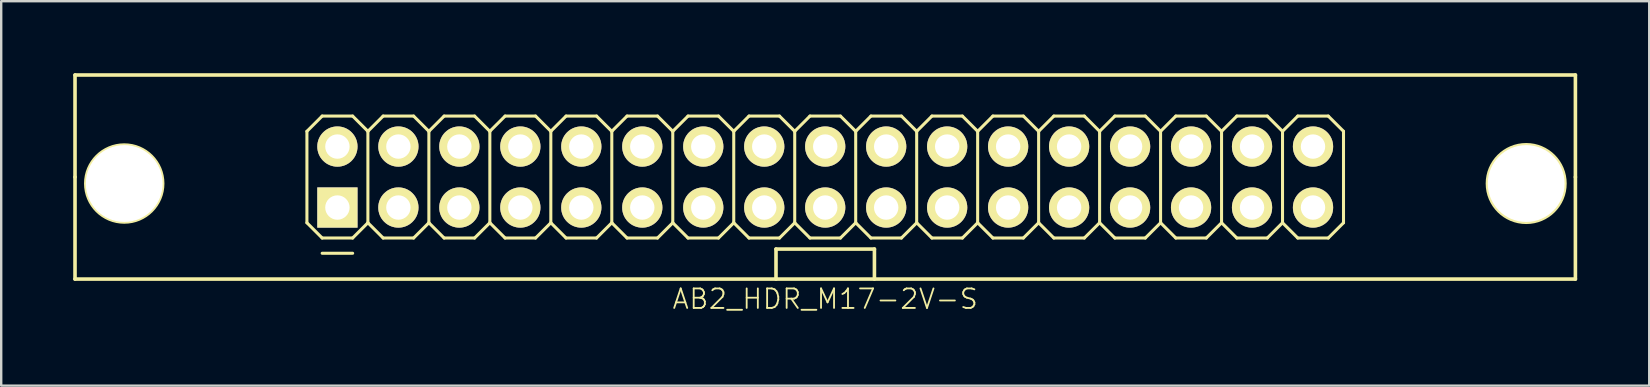
<source format=kicad_pcb>
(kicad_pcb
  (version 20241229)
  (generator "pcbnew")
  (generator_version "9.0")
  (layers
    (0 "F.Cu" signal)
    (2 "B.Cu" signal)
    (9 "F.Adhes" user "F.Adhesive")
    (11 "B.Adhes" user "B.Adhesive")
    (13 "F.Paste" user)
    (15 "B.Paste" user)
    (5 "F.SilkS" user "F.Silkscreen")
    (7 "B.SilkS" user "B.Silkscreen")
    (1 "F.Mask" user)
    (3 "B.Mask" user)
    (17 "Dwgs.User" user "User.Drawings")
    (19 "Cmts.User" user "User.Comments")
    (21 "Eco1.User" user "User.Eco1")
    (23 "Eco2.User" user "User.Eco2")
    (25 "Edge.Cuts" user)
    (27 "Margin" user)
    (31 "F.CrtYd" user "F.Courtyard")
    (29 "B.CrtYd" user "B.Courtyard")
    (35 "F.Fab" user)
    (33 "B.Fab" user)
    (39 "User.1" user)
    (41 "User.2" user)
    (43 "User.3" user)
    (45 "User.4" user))
  (footprint "AB2_HDR_M17-2V-S"
    (layer "F.Cu")
    (at 31.325 4.325)
    (property "Reference" "AB2_HDR_M17-2V-S" (at 0 5.08 0) (layer "F.SilkS") (effects (font (size 0.813 0.813) (thickness 0.076))))
    (attr through_hole)
    (fp_line (start -31.25 -4.25) (end -31.25 0) (stroke (width 0.15) (type solid)) (layer "F.SilkS"))
    (fp_line (start -31.25 0) (end -31.25 4.25) (stroke (width 0.15) (type solid)) (layer "F.SilkS"))
    (fp_line (start -31.25 4.25) (end 31.25 4.25) (stroke (width 0.15) (type solid)) (layer "F.SilkS"))
    (fp_line (start -21.59 -1.905) (end -20.955 -2.54) (stroke (width 0.127) (type solid)) (layer "F.SilkS"))
    (fp_line (start -21.59 1.905) (end -21.59 -1.905) (stroke (width 0.127) (type solid)) (layer "F.SilkS"))
    (fp_line (start -20.955 -2.54) (end -19.685 -2.54) (stroke (width 0.127) (type solid)) (layer "F.SilkS"))
    (fp_line (start -20.955 2.54) (end -21.59 1.905) (stroke (width 0.127) (type solid)) (layer "F.SilkS"))
    (fp_line (start -20.955 3.175) (end -19.685 3.175) (stroke (width 0.127) (type solid)) (layer "F.SilkS"))
    (fp_line (start -19.685 -2.54) (end -19.05 -1.905) (stroke (width 0.127) (type solid)) (layer "F.SilkS"))
    (fp_line (start -19.685 2.54) (end -20.955 2.54) (stroke (width 0.127) (type solid)) (layer "F.SilkS"))
    (fp_line (start -19.05 -1.905) (end -19.05 1.905) (stroke (width 0.127) (type solid)) (layer "F.SilkS"))
    (fp_line (start -19.05 -1.905) (end -18.415 -2.54) (stroke (width 0.127) (type solid)) (layer "F.SilkS"))
    (fp_line (start -19.05 1.905) (end -19.685 2.54) (stroke (width 0.127) (type solid)) (layer "F.SilkS"))
    (fp_line (start -18.415 -2.54) (end -17.145 -2.54) (stroke (width 0.127) (type solid)) (layer "F.SilkS"))
    (fp_line (start -18.415 2.54) (end -19.05 1.905) (stroke (width 0.127) (type solid)) (layer "F.SilkS"))
    (fp_line (start -17.145 -2.54) (end -16.51 -1.905) (stroke (width 0.127) (type solid)) (layer "F.SilkS"))
    (fp_line (start -17.145 2.54) (end -18.415 2.54) (stroke (width 0.127) (type solid)) (layer "F.SilkS"))
    (fp_line (start -16.51 -1.905) (end -16.51 1.905) (stroke (width 0.127) (type solid)) (layer "F.SilkS"))
    (fp_line (start -16.51 -1.905) (end -15.875 -2.54) (stroke (width 0.127) (type solid)) (layer "F.SilkS"))
    (fp_line (start -16.51 1.905) (end -17.145 2.54) (stroke (width 0.127) (type solid)) (layer "F.SilkS"))
    (fp_line (start -15.875 -2.54) (end -14.605 -2.54) (stroke (width 0.127) (type solid)) (layer "F.SilkS"))
    (fp_line (start -15.875 2.54) (end -16.51 1.905) (stroke (width 0.127) (type solid)) (layer "F.SilkS"))
    (fp_line (start -14.605 -2.54) (end -13.97 -1.905) (stroke (width 0.127) (type solid)) (layer "F.SilkS"))
    (fp_line (start -14.605 2.54) (end -15.875 2.54) (stroke (width 0.127) (type solid)) (layer "F.SilkS"))
    (fp_line (start -13.97 -1.905) (end -13.97 1.905) (stroke (width 0.127) (type solid)) (layer "F.SilkS"))
    (fp_line (start -13.97 -1.905) (end -13.335 -2.54) (stroke (width 0.127) (type solid)) (layer "F.SilkS"))
    (fp_line (start -13.97 1.905) (end -14.605 2.54) (stroke (width 0.127) (type solid)) (layer "F.SilkS"))
    (fp_line (start -13.335 -2.54) (end -12.065 -2.54) (stroke (width 0.127) (type solid)) (layer "F.SilkS"))
    (fp_line (start -13.335 2.54) (end -13.97 1.905) (stroke (width 0.127) (type solid)) (layer "F.SilkS"))
    (fp_line (start -12.065 -2.54) (end -11.43 -1.905) (stroke (width 0.127) (type solid)) (layer "F.SilkS"))
    (fp_line (start -12.065 2.54) (end -13.335 2.54) (stroke (width 0.127) (type solid)) (layer "F.SilkS"))
    (fp_line (start -11.43 -1.905) (end -11.43 1.905) (stroke (width 0.127) (type solid)) (layer "F.SilkS"))
    (fp_line (start -11.43 -1.905) (end -10.795 -2.54) (stroke (width 0.127) (type solid)) (layer "F.SilkS"))
    (fp_line (start -11.43 1.905) (end -12.065 2.54) (stroke (width 0.127) (type solid)) (layer "F.SilkS"))
    (fp_line (start -10.795 -2.54) (end -9.525 -2.54) (stroke (width 0.127) (type solid)) (layer "F.SilkS"))
    (fp_line (start -10.795 2.54) (end -11.43 1.905) (stroke (width 0.127) (type solid)) (layer "F.SilkS"))
    (fp_line (start -9.525 -2.54) (end -8.89 -1.905) (stroke (width 0.127) (type solid)) (layer "F.SilkS"))
    (fp_line (start -9.525 2.54) (end -10.795 2.54) (stroke (width 0.127) (type solid)) (layer "F.SilkS"))
    (fp_line (start -8.89 -1.905) (end -8.89 1.905) (stroke (width 0.127) (type solid)) (layer "F.SilkS"))
    (fp_line (start -8.89 -1.905) (end -8.255 -2.54) (stroke (width 0.127) (type solid)) (layer "F.SilkS"))
    (fp_line (start -8.89 1.905) (end -9.525 2.54) (stroke (width 0.127) (type solid)) (layer "F.SilkS"))
    (fp_line (start -8.255 -2.54) (end -6.985 -2.54) (stroke (width 0.127) (type solid)) (layer "F.SilkS"))
    (fp_line (start -8.255 2.54) (end -8.89 1.905) (stroke (width 0.127) (type solid)) (layer "F.SilkS"))
    (fp_line (start -6.985 -2.54) (end -6.35 -1.905) (stroke (width 0.127) (type solid)) (layer "F.SilkS"))
    (fp_line (start -6.985 2.54) (end -8.255 2.54) (stroke (width 0.127) (type solid)) (layer "F.SilkS"))
    (fp_line (start -6.35 -1.905) (end -6.35 1.905) (stroke (width 0.127) (type solid)) (layer "F.SilkS"))
    (fp_line (start -6.35 -1.905) (end -5.715 -2.54) (stroke (width 0.127) (type solid)) (layer "F.SilkS"))
    (fp_line (start -6.35 1.905) (end -6.985 2.54) (stroke (width 0.127) (type solid)) (layer "F.SilkS"))
    (fp_line (start -5.715 -2.54) (end -4.445 -2.54) (stroke (width 0.127) (type solid)) (layer "F.SilkS"))
    (fp_line (start -5.715 2.54) (end -6.35 1.905) (stroke (width 0.127) (type solid)) (layer "F.SilkS"))
    (fp_line (start -4.445 -2.54) (end -3.81 -1.905) (stroke (width 0.127) (type solid)) (layer "F.SilkS"))
    (fp_line (start -4.445 2.54) (end -5.715 2.54) (stroke (width 0.127) (type solid)) (layer "F.SilkS"))
    (fp_line (start -3.81 -1.905) (end -3.81 1.905) (stroke (width 0.127) (type solid)) (layer "F.SilkS"))
    (fp_line (start -3.81 -1.905) (end -3.175 -2.54) (stroke (width 0.127) (type solid)) (layer "F.SilkS"))
    (fp_line (start -3.81 1.905) (end -4.445 2.54) (stroke (width 0.127) (type solid)) (layer "F.SilkS"))
    (fp_line (start -3.175 -2.54) (end -1.905 -2.54) (stroke (width 0.127) (type solid)) (layer "F.SilkS"))
    (fp_line (start -3.175 2.54) (end -3.81 1.905) (stroke (width 0.127) (type solid)) (layer "F.SilkS"))
    (fp_line (start -2.05 3) (end -2.05 4.25) (stroke (width 0.15) (type solid)) (layer "F.SilkS"))
    (fp_line (start -1.905 -2.54) (end -1.27 -1.905) (stroke (width 0.127) (type solid)) (layer "F.SilkS"))
    (fp_line (start -1.905 2.54) (end -3.175 2.54) (stroke (width 0.127) (type solid)) (layer "F.SilkS"))
    (fp_line (start -1.27 -1.905) (end -1.27 1.905) (stroke (width 0.127) (type solid)) (layer "F.SilkS"))
    (fp_line (start -1.27 -1.905) (end -0.635 -2.54) (stroke (width 0.127) (type solid)) (layer "F.SilkS"))
    (fp_line (start -1.27 1.905) (end -1.905 2.54) (stroke (width 0.127) (type solid)) (layer "F.SilkS"))
    (fp_line (start -0.635 -2.54) (end 0.635 -2.54) (stroke (width 0.127) (type solid)) (layer "F.SilkS"))
    (fp_line (start -0.635 2.54) (end -1.27 1.905) (stroke (width 0.127) (type solid)) (layer "F.SilkS"))
    (fp_line (start 0.635 -2.54) (end 1.27 -1.905) (stroke (width 0.127) (type solid)) (layer "F.SilkS"))
    (fp_line (start 0.635 2.54) (end -0.635 2.54) (stroke (width 0.127) (type solid)) (layer "F.SilkS"))
    (fp_line (start 1.27 -1.905) (end 1.27 1.905) (stroke (width 0.127) (type solid)) (layer "F.SilkS"))
    (fp_line (start 1.27 -1.905) (end 1.905 -2.54) (stroke (width 0.127) (type solid)) (layer "F.SilkS"))
    (fp_line (start 1.27 1.905) (end 0.635 2.54) (stroke (width 0.127) (type solid)) (layer "F.SilkS"))
    (fp_line (start 1.905 -2.54) (end 3.175 -2.54) (stroke (width 0.127) (type solid)) (layer "F.SilkS"))
    (fp_line (start 1.905 2.54) (end 1.27 1.905) (stroke (width 0.127) (type solid)) (layer "F.SilkS"))
    (fp_line (start 2.05 3) (end -2.05 3) (stroke (width 0.15) (type solid)) (layer "F.SilkS"))
    (fp_line (start 2.05 4.25) (end 2.05 3) (stroke (width 0.15) (type solid)) (layer "F.SilkS"))
    (fp_line (start 3.175 -2.54) (end 3.81 -1.905) (stroke (width 0.127) (type solid)) (layer "F.SilkS"))
    (fp_line (start 3.175 2.54) (end 1.905 2.54) (stroke (width 0.127) (type solid)) (layer "F.SilkS"))
    (fp_line (start 3.81 -1.905) (end 3.81 1.905) (stroke (width 0.127) (type solid)) (layer "F.SilkS"))
    (fp_line (start 3.81 -1.905) (end 4.445 -2.54) (stroke (width 0.127) (type solid)) (layer "F.SilkS"))
    (fp_line (start 3.81 1.905) (end 3.175 2.54) (stroke (width 0.127) (type solid)) (layer "F.SilkS"))
    (fp_line (start 4.445 -2.54) (end 5.715 -2.54) (stroke (width 0.127) (type solid)) (layer "F.SilkS"))
    (fp_line (start 4.445 2.54) (end 3.81 1.905) (stroke (width 0.127) (type solid)) (layer "F.SilkS"))
    (fp_line (start 5.715 -2.54) (end 6.35 -1.905) (stroke (width 0.127) (type solid)) (layer "F.SilkS"))
    (fp_line (start 5.715 2.54) (end 4.445 2.54) (stroke (width 0.127) (type solid)) (layer "F.SilkS"))
    (fp_line (start 6.35 -1.905) (end 6.35 1.905) (stroke (width 0.127) (type solid)) (layer "F.SilkS"))
    (fp_line (start 6.35 -1.905) (end 6.985 -2.54) (stroke (width 0.127) (type solid)) (layer "F.SilkS"))
    (fp_line (start 6.35 1.905) (end 5.715 2.54) (stroke (width 0.127) (type solid)) (layer "F.SilkS"))
    (fp_line (start 6.985 -2.54) (end 8.255 -2.54) (stroke (width 0.127) (type solid)) (layer "F.SilkS"))
    (fp_line (start 6.985 2.54) (end 6.35 1.905) (stroke (width 0.127) (type solid)) (layer "F.SilkS"))
    (fp_line (start 8.255 -2.54) (end 8.89 -1.905) (stroke (width 0.127) (type solid)) (layer "F.SilkS"))
    (fp_line (start 8.255 2.54) (end 6.985 2.54) (stroke (width 0.127) (type solid)) (layer "F.SilkS"))
    (fp_line (start 8.89 -1.905) (end 8.89 1.905) (stroke (width 0.127) (type solid)) (layer "F.SilkS"))
    (fp_line (start 8.89 -1.905) (end 9.525 -2.54) (stroke (width 0.127) (type solid)) (layer "F.SilkS"))
    (fp_line (start 8.89 1.905) (end 8.255 2.54) (stroke (width 0.127) (type solid)) (layer "F.SilkS"))
    (fp_line (start 9.525 -2.54) (end 10.795 -2.54) (stroke (width 0.127) (type solid)) (layer "F.SilkS"))
    (fp_line (start 9.525 2.54) (end 8.89 1.905) (stroke (width 0.127) (type solid)) (layer "F.SilkS"))
    (fp_line (start 10.795 -2.54) (end 11.43 -1.905) (stroke (width 0.127) (type solid)) (layer "F.SilkS"))
    (fp_line (start 10.795 2.54) (end 9.525 2.54) (stroke (width 0.127) (type solid)) (layer "F.SilkS"))
    (fp_line (start 11.43 -1.905) (end 11.43 1.905) (stroke (width 0.127) (type solid)) (layer "F.SilkS"))
    (fp_line (start 11.43 -1.905) (end 12.065 -2.54) (stroke (width 0.127) (type solid)) (layer "F.SilkS"))
    (fp_line (start 11.43 1.905) (end 10.795 2.54) (stroke (width 0.127) (type solid)) (layer "F.SilkS"))
    (fp_line (start 12.065 -2.54) (end 13.335 -2.54) (stroke (width 0.127) (type solid)) (layer "F.SilkS"))
    (fp_line (start 12.065 2.54) (end 11.43 1.905) (stroke (width 0.127) (type solid)) (layer "F.SilkS"))
    (fp_line (start 13.335 -2.54) (end 13.97 -1.905) (stroke (width 0.127) (type solid)) (layer "F.SilkS"))
    (fp_line (start 13.335 2.54) (end 12.065 2.54) (stroke (width 0.127) (type solid)) (layer "F.SilkS"))
    (fp_line (start 13.97 -1.905) (end 13.97 1.905) (stroke (width 0.127) (type solid)) (layer "F.SilkS"))
    (fp_line (start 13.97 -1.905) (end 14.605 -2.54) (stroke (width 0.127) (type solid)) (layer "F.SilkS"))
    (fp_line (start 13.97 1.905) (end 13.335 2.54) (stroke (width 0.127) (type solid)) (layer "F.SilkS"))
    (fp_line (start 14.605 -2.54) (end 15.875 -2.54) (stroke (width 0.127) (type solid)) (layer "F.SilkS"))
    (fp_line (start 14.605 2.54) (end 13.97 1.905) (stroke (width 0.127) (type solid)) (layer "F.SilkS"))
    (fp_line (start 15.875 -2.54) (end 16.51 -1.905) (stroke (width 0.127) (type solid)) (layer "F.SilkS"))
    (fp_line (start 15.875 2.54) (end 14.605 2.54) (stroke (width 0.127) (type solid)) (layer "F.SilkS"))
    (fp_line (start 16.51 -1.905) (end 16.51 1.905) (stroke (width 0.127) (type solid)) (layer "F.SilkS"))
    (fp_line (start 16.51 -1.905) (end 17.145 -2.54) (stroke (width 0.127) (type solid)) (layer "F.SilkS"))
    (fp_line (start 16.51 1.905) (end 15.875 2.54) (stroke (width 0.127) (type solid)) (layer "F.SilkS"))
    (fp_line (start 17.145 -2.54) (end 18.415 -2.54) (stroke (width 0.127) (type solid)) (layer "F.SilkS"))
    (fp_line (start 17.145 2.54) (end 16.51 1.905) (stroke (width 0.127) (type solid)) (layer "F.SilkS"))
    (fp_line (start 18.415 -2.54) (end 19.05 -1.905) (stroke (width 0.127) (type solid)) (layer "F.SilkS"))
    (fp_line (start 18.415 2.54) (end 17.145 2.54) (stroke (width 0.127) (type solid)) (layer "F.SilkS"))
    (fp_line (start 19.05 -1.905) (end 19.05 1.905) (stroke (width 0.127) (type solid)) (layer "F.SilkS"))
    (fp_line (start 19.05 -1.905) (end 19.685 -2.54) (stroke (width 0.127) (type solid)) (layer "F.SilkS"))
    (fp_line (start 19.05 1.905) (end 18.415 2.54) (stroke (width 0.127) (type solid)) (layer "F.SilkS"))
    (fp_line (start 19.685 -2.54) (end 20.955 -2.54) (stroke (width 0.127) (type solid)) (layer "F.SilkS"))
    (fp_line (start 19.685 2.54) (end 19.05 1.905) (stroke (width 0.127) (type solid)) (layer "F.SilkS"))
    (fp_line (start 20.955 -2.54) (end 21.59 -1.905) (stroke (width 0.127) (type solid)) (layer "F.SilkS"))
    (fp_line (start 20.955 2.54) (end 19.685 2.54) (stroke (width 0.127) (type solid)) (layer "F.SilkS"))
    (fp_line (start 21.59 -1.905) (end 21.59 1.905) (stroke (width 0.127) (type solid)) (layer "F.SilkS"))
    (fp_line (start 21.59 1.905) (end 20.955 2.54) (stroke (width 0.127) (type solid)) (layer "F.SilkS"))
    (fp_line (start 31.25 -4.25) (end -31.25 -4.25) (stroke (width 0.15) (type solid)) (layer "F.SilkS"))
    (fp_line (start 31.25 0) (end 31.25 -4.25) (stroke (width 0.15) (type solid)) (layer "F.SilkS"))
    (fp_line (start 31.25 4.25) (end 31.25 0) (stroke (width 0.15) (type solid)) (layer "F.SilkS"))
    (fp_circle (center -29.2 0.27) (end -29.2 -1.33) (stroke (width 0.15) (type solid)) (fill no) (layer "F.SilkS"))
    (fp_circle (center 29.2 0.27) (end 29 -1.33) (stroke (width 0.15) (type solid)) (fill no) (layer "F.SilkS"))
    (pad "" thru_hole circle (at -29.2 0.27) (size 3.2 3.2) (drill 3.2) (layers "*.Cu" "*.Mask" "F.SilkS"))
    (pad "" thru_hole circle (at 29.2 0.27) (size 3.2 3.2) (drill 3.2) (layers "*.Cu" "*.Mask" "F.SilkS"))
    (pad "1" thru_hole rect (at -20.32 1.27) (size 1.676 1.676) (drill 1.016) (layers "*.Cu" "*.Mask" "F.SilkS"))
    (pad "2" thru_hole circle (at -20.32 -1.27) (size 1.676 1.676) (drill 1.016) (layers "*.Cu" "*.Mask" "F.SilkS"))
    (pad "3" thru_hole circle (at -17.78 1.27) (size 1.676 1.676) (drill 1.016) (layers "*.Cu" "*.Mask" "F.SilkS"))
    (pad "4" thru_hole circle (at -17.78 -1.27) (size 1.676 1.676) (drill 1.016) (layers "*.Cu" "*.Mask" "F.SilkS"))
    (pad "5" thru_hole circle (at -15.24 1.27) (size 1.676 1.676) (drill 1.016) (layers "*.Cu" "*.Mask" "F.SilkS"))
    (pad "6" thru_hole circle (at -15.24 -1.27) (size 1.676 1.676) (drill 1.016) (layers "*.Cu" "*.Mask" "F.SilkS"))
    (pad "7" thru_hole circle (at -12.7 1.27) (size 1.676 1.676) (drill 1.016) (layers "*.Cu" "*.Mask" "F.SilkS"))
    (pad "8" thru_hole circle (at -12.7 -1.27) (size 1.676 1.676) (drill 1.016) (layers "*.Cu" "*.Mask" "F.SilkS"))
    (pad "9" thru_hole circle (at -10.16 1.27) (size 1.676 1.676) (drill 1.016) (layers "*.Cu" "*.Mask" "F.SilkS"))
    (pad "10" thru_hole circle (at -10.16 -1.27) (size 1.676 1.676) (drill 1.016) (layers "*.Cu" "*.Mask" "F.SilkS"))
    (pad "11" thru_hole circle (at -7.62 1.27) (size 1.676 1.676) (drill 1.016) (layers "*.Cu" "*.Mask" "F.SilkS"))
    (pad "12" thru_hole circle (at -7.62 -1.27) (size 1.676 1.676) (drill 1.016) (layers "*.Cu" "*.Mask" "F.SilkS"))
    (pad "13" thru_hole circle (at -5.08 1.27) (size 1.676 1.676) (drill 1.016) (layers "*.Cu" "*.Mask" "F.SilkS"))
    (pad "14" thru_hole circle (at -5.08 -1.27) (size 1.676 1.676) (drill 1.016) (layers "*.Cu" "*.Mask" "F.SilkS"))
    (pad "15" thru_hole circle (at -2.54 1.27) (size 1.676 1.676) (drill 1.016) (layers "*.Cu" "*.Mask" "F.SilkS"))
    (pad "16" thru_hole circle (at -2.54 -1.27) (size 1.676 1.676) (drill 1.016) (layers "*.Cu" "*.Mask" "F.SilkS"))
    (pad "17" thru_hole circle (at 0 1.27) (size 1.676 1.676) (drill 1.016) (layers "*.Cu" "*.Mask" "F.SilkS"))
    (pad "18" thru_hole circle (at 0 -1.27) (size 1.676 1.676) (drill 1.016) (layers "*.Cu" "*.Mask" "F.SilkS"))
    (pad "19" thru_hole circle (at 2.54 1.27) (size 1.676 1.676) (drill 1.016) (layers "*.Cu" "*.Mask" "F.SilkS"))
    (pad "20" thru_hole circle (at 2.54 -1.27) (size 1.676 1.676) (drill 1.016) (layers "*.Cu" "*.Mask" "F.SilkS"))
    (pad "21" thru_hole circle (at 5.08 1.27) (size 1.676 1.676) (drill 1.016) (layers "*.Cu" "*.Mask" "F.SilkS"))
    (pad "22" thru_hole circle (at 5.08 -1.27) (size 1.676 1.676) (drill 1.016) (layers "*.Cu" "*.Mask" "F.SilkS"))
    (pad "23" thru_hole circle (at 7.62 1.27) (size 1.676 1.676) (drill 1.016) (layers "*.Cu" "*.Mask" "F.SilkS"))
    (pad "24" thru_hole circle (at 7.62 -1.27) (size 1.676 1.676) (drill 1.016) (layers "*.Cu" "*.Mask" "F.SilkS"))
    (pad "25" thru_hole circle (at 10.16 1.27) (size 1.676 1.676) (drill 1.016) (layers "*.Cu" "*.Mask" "F.SilkS"))
    (pad "26" thru_hole circle (at 10.16 -1.27) (size 1.676 1.676) (drill 1.016) (layers "*.Cu" "*.Mask" "F.SilkS"))
    (pad "27" thru_hole circle (at 12.7 1.27) (size 1.676 1.676) (drill 1.016) (layers "*.Cu" "*.Mask" "F.SilkS"))
    (pad "28" thru_hole circle (at 12.7 -1.27) (size 1.676 1.676) (drill 1.016) (layers "*.Cu" "*.Mask" "F.SilkS"))
    (pad "29" thru_hole circle (at 15.24 1.27) (size 1.676 1.676) (drill 1.016) (layers "*.Cu" "*.Mask" "F.SilkS"))
    (pad "30" thru_hole circle (at 15.24 -1.27) (size 1.676 1.676) (drill 1.016) (layers "*.Cu" "*.Mask" "F.SilkS"))
    (pad "31" thru_hole circle (at 17.78 1.27) (size 1.676 1.676) (drill 1.016) (layers "*.Cu" "*.Mask" "F.SilkS"))
    (pad "32" thru_hole circle (at 17.78 -1.27) (size 1.676 1.676) (drill 1.016) (layers "*.Cu" "*.Mask" "F.SilkS"))
    (pad "33" thru_hole circle (at 20.32 1.27) (size 1.676 1.676) (drill 1.016) (layers "*.Cu" "*.Mask" "F.SilkS"))
    (pad "34" thru_hole circle (at 20.32 -1.27) (size 1.676 1.676) (drill 1.016) (layers "*.Cu" "*.Mask" "F.SilkS")))
  (gr_rect
    (start -3 -3)
    (end 65.65 13.014)
    (stroke (width 0.1) (type default))
    (fill no)
    (layer "Edge.Cuts")))
</source>
